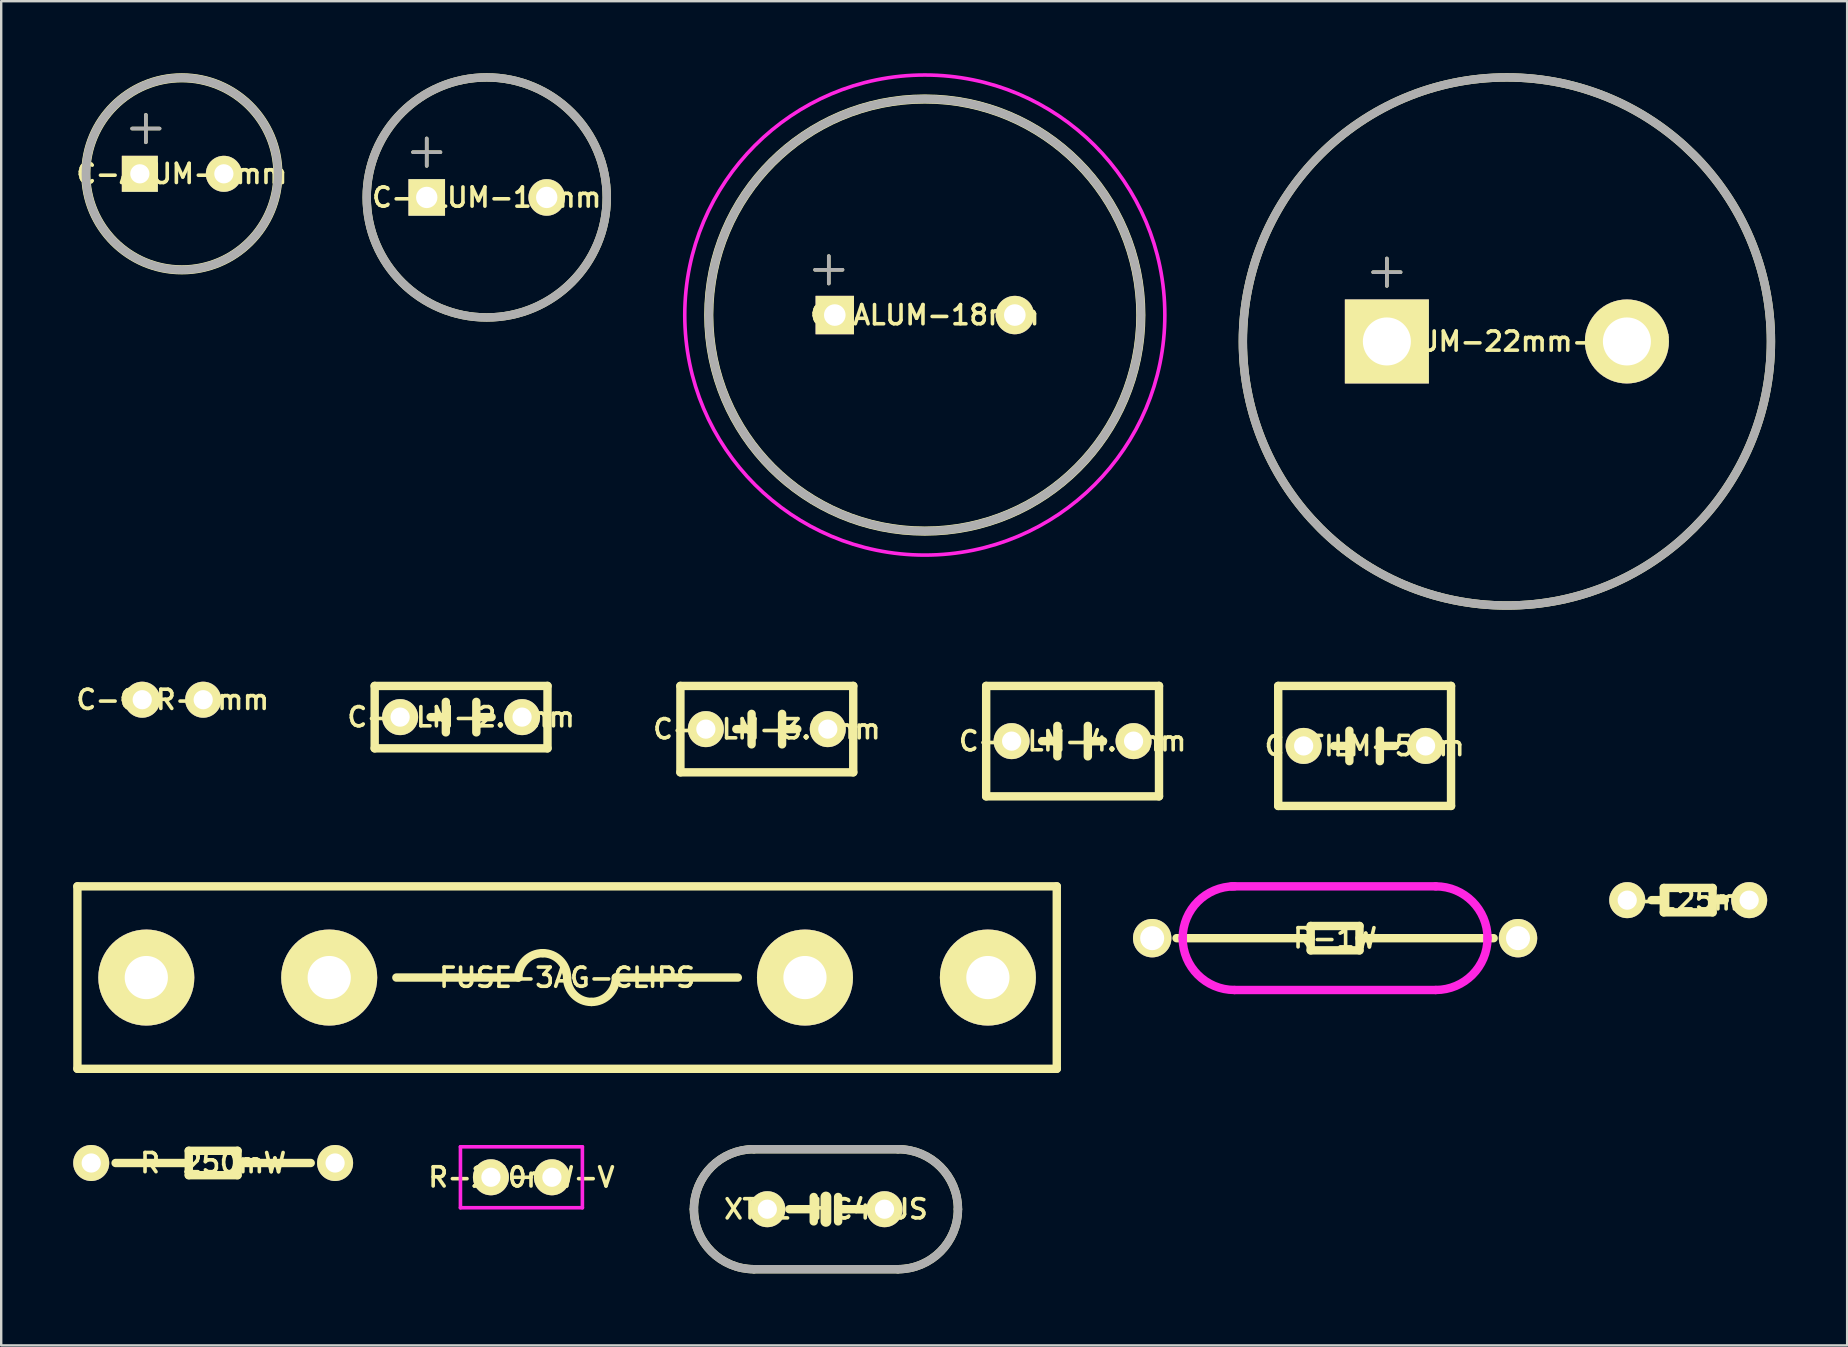
<source format=kicad_pcb>
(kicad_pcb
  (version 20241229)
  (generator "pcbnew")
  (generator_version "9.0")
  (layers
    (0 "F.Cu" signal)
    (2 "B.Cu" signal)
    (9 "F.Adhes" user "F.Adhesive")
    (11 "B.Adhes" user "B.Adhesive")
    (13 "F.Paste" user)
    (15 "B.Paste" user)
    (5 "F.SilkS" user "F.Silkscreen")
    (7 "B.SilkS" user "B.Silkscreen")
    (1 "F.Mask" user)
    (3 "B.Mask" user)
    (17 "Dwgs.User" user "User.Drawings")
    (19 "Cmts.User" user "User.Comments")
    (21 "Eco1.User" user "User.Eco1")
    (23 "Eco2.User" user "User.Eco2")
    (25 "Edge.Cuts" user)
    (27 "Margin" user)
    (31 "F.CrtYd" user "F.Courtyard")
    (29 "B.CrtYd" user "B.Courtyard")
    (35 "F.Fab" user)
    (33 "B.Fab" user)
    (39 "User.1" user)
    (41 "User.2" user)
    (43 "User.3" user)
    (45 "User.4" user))
  (footprint "C-FILM-4.5mm"
    (layer "F.Cu")
    (at 41.634 27.825)
    (property "Reference" "C-FILM-4.5mm" (at 0 0 0) (layer "F.SilkS") (effects (font (size 0.8 0.8) (thickness 0.15))))
    (attr through_hole)
    (fp_line (start -3.6 -2.3) (end 3.6 -2.3) (stroke (width 0.35) (type solid)) (layer "F.SilkS"))
    (fp_line (start -3.6 2.3) (end -3.6 -2.3) (stroke (width 0.35) (type solid)) (layer "F.SilkS"))
    (fp_line (start -1.27 0) (end -0.635 0) (stroke (width 0.35) (type solid)) (layer "F.SilkS"))
    (fp_line (start -0.635 -0.635) (end -0.635 0.635) (stroke (width 0.35) (type solid)) (layer "F.SilkS"))
    (fp_line (start 0.635 -0.635) (end 0.635 0.635) (stroke (width 0.35) (type solid)) (layer "F.SilkS"))
    (fp_line (start 0.635 0) (end 1.27 0) (stroke (width 0.35) (type solid)) (layer "F.SilkS"))
    (fp_line (start 3.6 -2.3) (end 3.6 2.3) (stroke (width 0.35) (type solid)) (layer "F.SilkS"))
    (fp_line (start 3.6 2.3) (end -3.6 2.3) (stroke (width 0.35) (type solid)) (layer "F.SilkS"))
    (pad "1" thru_hole circle (at -2.54 0) (size 1.5 1.5) (drill 0.8) (layers "*.Cu" "*.Mask" "F.SilkS"))
    (pad "2" thru_hole circle (at 2.54 0) (size 1.5 1.5) (drill 0.8) (layers "*.Cu" "*.Mask" "F.SilkS")))
  (footprint "C-ALUM-18mm"
    (layer "F.Cu")
    (at 35.477 10.075)
    (property "Reference" "C-ALUM-18mm" (at 0 0 0) (layer "F.SilkS") (effects (font (size 0.8 0.8) (thickness 0.15))))
    (attr through_hole)
    (fp_circle (center 0 0) (end 9 0) (stroke (width 0.381) (type solid)) (fill no) (layer "F.SilkS"))
    (fp_circle (center 0 0) (end 10 0) (stroke (width 0.15) (type solid)) (fill no) (layer "F.CrtYd"))
    (fp_circle (center 0 0) (end 9 0) (stroke (width 0.35) (type solid)) (fill no) (layer "F.Fab"))
    (fp_text user "+" (at -4 -2 0) (layer "F.SilkS") (effects (font (size 1.5 1.5) (thickness 0.15))))
    (fp_text user "+" (at -4 -2 0) (layer "F.Fab") (effects (font (size 1.5 1.5) (thickness 0.15))))
    (pad "1" thru_hole rect (at -3.75 0) (size 1.6 1.6) (drill 0.9) (layers "*.Cu" "*.Mask" "F.SilkS"))
    (pad "2" thru_hole circle (at 3.75 0) (size 1.6 1.6) (drill 0.9) (layers "*.Cu" "*.Mask" "F.SilkS")))
  (footprint "C-FILM-3.5mm"
    (layer "F.Cu")
    (at 28.896 27.325)
    (property "Reference" "C-FILM-3.5mm" (at 0 0 0) (layer "F.SilkS") (effects (font (size 0.8 0.8) (thickness 0.15))))
    (attr through_hole)
    (fp_line (start -3.6 -1.8) (end 3.6 -1.8) (stroke (width 0.35) (type solid)) (layer "F.SilkS"))
    (fp_line (start -3.6 1.8) (end -3.6 -1.8) (stroke (width 0.35) (type solid)) (layer "F.SilkS"))
    (fp_line (start -1.27 0) (end -0.635 0) (stroke (width 0.35) (type solid)) (layer "F.SilkS"))
    (fp_line (start -0.635 -0.635) (end -0.635 0.635) (stroke (width 0.35) (type solid)) (layer "F.SilkS"))
    (fp_line (start 0.635 -0.635) (end 0.635 0.635) (stroke (width 0.35) (type solid)) (layer "F.SilkS"))
    (fp_line (start 0.635 0) (end 1.27 0) (stroke (width 0.35) (type solid)) (layer "F.SilkS"))
    (fp_line (start 3.6 -1.8) (end 3.6 1.8) (stroke (width 0.35) (type solid)) (layer "F.SilkS"))
    (fp_line (start 3.6 1.8) (end -3.6 1.8) (stroke (width 0.35) (type solid)) (layer "F.SilkS"))
    (pad "1" thru_hole circle (at -2.54 0) (size 1.5 1.5) (drill 0.8) (layers "*.Cu" "*.Mask" "F.SilkS"))
    (pad "2" thru_hole circle (at 2.54 0) (size 1.5 1.5) (drill 0.8) (layers "*.Cu" "*.Mask" "F.SilkS")))
  (footprint "R-1W"
    (layer "F.Cu")
    (at 52.57 36.034)
    (property "Reference" "R-1W" (at 0 0 0) (layer "F.SilkS") (effects (font (size 0.8 0.8) (thickness 0.15))))
    (attr through_hole)
    (fp_line (start -1.016 -0.508) (end -1.016 0.508) (stroke (width 0.35) (type solid)) (layer "F.SilkS"))
    (fp_line (start -1.016 0) (end -6.604 0) (stroke (width 0.35) (type solid)) (layer "F.SilkS"))
    (fp_line (start -1.016 0.508) (end 1.016 0.508) (stroke (width 0.35) (type solid)) (layer "F.SilkS"))
    (fp_line (start 1.016 -0.508) (end -1.016 -0.508) (stroke (width 0.35) (type solid)) (layer "F.SilkS"))
    (fp_line (start 1.016 0) (end 6.604 0) (stroke (width 0.35) (type solid)) (layer "F.SilkS"))
    (fp_line (start 1.016 0.508) (end 1.016 -0.508) (stroke (width 0.35) (type solid)) (layer "F.SilkS"))
    (fp_line (start -4.191 2.159) (end 4.191 2.159) (stroke (width 0.35) (type solid)) (layer "F.CrtYd"))
    (fp_line (start 4.191 -2.159) (end -4.318 -2.159) (stroke (width 0.35) (type solid)) (layer "F.CrtYd"))
    (fp_arc (start -6.35 0) (mid -5.717644 -1.526644) (end -4.191 -2.159) (stroke (width 0.35) (type solid)) (layer "F.CrtYd"))
    (fp_arc (start -4.191 2.159) (mid -5.717644 1.526644) (end -6.35 0) (stroke (width 0.35) (type solid)) (layer "F.CrtYd"))
    (fp_arc (start 4.191 -2.159) (mid 5.717644 -1.526644) (end 6.35 0) (stroke (width 0.35) (type solid)) (layer "F.CrtYd"))
    (fp_arc (start 6.35 0) (mid 5.717644 1.526644) (end 4.191 2.159) (stroke (width 0.35) (type solid)) (layer "F.CrtYd"))
    (pad "1" thru_hole circle (at -7.62 0) (size 1.6 1.6) (drill 1) (layers "*.Cu" "*.Mask" "F.SilkS"))
    (pad "2" thru_hole circle (at 7.62 0) (size 1.6 1.6) (drill 1) (layers "*.Cu" "*.Mask" "F.SilkS")))
  (footprint "R-250mW-V"
    (layer "F.Cu")
    (at 18.672 45.995)
    (property "Reference" "R-250mW-V" (at 0 0 0) (layer "F.SilkS") (effects (font (size 0.8 0.8) (thickness 0.15))))
    (attr through_hole)
    (fp_line (start -0.4 0) (end 0.4 0) (stroke (width 0.15) (type solid)) (layer "F.SilkS"))
    (fp_line (start -2.54 -1.27) (end -2.54 1.27) (stroke (width 0.15) (type solid)) (layer "F.CrtYd"))
    (fp_line (start -2.54 1.27) (end 2.54 1.27) (stroke (width 0.15) (type solid)) (layer "F.CrtYd"))
    (fp_line (start 2.54 -1.27) (end -2.54 -1.27) (stroke (width 0.15) (type solid)) (layer "F.CrtYd"))
    (fp_line (start 2.54 1.27) (end 2.54 -1.27) (stroke (width 0.15) (type solid)) (layer "F.CrtYd"))
    (pad "1" thru_hole circle (at -1.27 0) (size 1.5 1.5) (drill 0.8) (layers "*.Cu" "*.Mask" "F.SilkS"))
    (pad "2" thru_hole circle (at 1.27 0) (size 1.5 1.5) (drill 0.8) (layers "*.Cu" "*.Mask" "F.SilkS")))
  (footprint "R-250mW"
    (layer "F.Cu")
    (at 5.83 45.4)
    (property "Reference" "R-250mW" (at 0 0 0) (layer "F.SilkS") (effects (font (size 0.8 0.8) (thickness 0.15))))
    (attr through_hole)
    (fp_line (start -1.016 -0.508) (end -1.016 0.508) (stroke (width 0.35) (type solid)) (layer "F.SilkS"))
    (fp_line (start -1.016 0) (end -4.064 0) (stroke (width 0.35) (type solid)) (layer "F.SilkS"))
    (fp_line (start -1.016 0.508) (end 1.016 0.508) (stroke (width 0.35) (type solid)) (layer "F.SilkS"))
    (fp_line (start 1.016 -0.508) (end -1.016 -0.508) (stroke (width 0.35) (type solid)) (layer "F.SilkS"))
    (fp_line (start 1.016 0) (end 4.064 0) (stroke (width 0.35) (type solid)) (layer "F.SilkS"))
    (fp_line (start 1.016 0.508) (end 1.016 -0.508) (stroke (width 0.35) (type solid)) (layer "F.SilkS"))
    (pad "1" thru_hole circle (at -5.08 0) (size 1.5 1.5) (drill 0.8) (layers "*.Cu" "*.Mask" "F.SilkS"))
    (pad "2" thru_hole circle (at 5.08 0) (size 1.5 1.5) (drill 0.8) (layers "*.Cu" "*.Mask" "F.SilkS")))
  (footprint "XTAL-HC49US"
    (layer "F.Cu")
    (at 31.358 47.325)
    (property "Reference" "XTAL-HC49US" (at 0 0 0) (layer "F.SilkS") (effects (font (size 0.8 0.8) (thickness 0.15))))
    (attr through_hole)
    (fp_line (start -3 2.499) (end 3 2.499) (stroke (width 0.35) (type solid)) (layer "F.SilkS"))
    (fp_line (start -0.508 -0.508) (end -0.508 0.508) (stroke (width 0.35) (type solid)) (layer "F.SilkS"))
    (fp_line (start -0.508 0) (end -1.524 0) (stroke (width 0.35) (type solid)) (layer "F.SilkS"))
    (fp_line (start 0 -0.508) (end 0 0.508) (stroke (width 0.45) (type solid)) (layer "F.SilkS"))
    (fp_line (start 0.508 -0.508) (end 0.508 0.508) (stroke (width 0.35) (type solid)) (layer "F.SilkS"))
    (fp_line (start 0.508 0) (end 1.524 0) (stroke (width 0.35) (type solid)) (layer "F.SilkS"))
    (fp_line (start 3 -2.499) (end -3 -2.499) (stroke (width 0.35) (type solid)) (layer "F.SilkS"))
    (fp_arc (start -5.4991 0) (mid -4.767054 -1.767314) (end -2.99974 -2.49936) (stroke (width 0.35) (type solid)) (layer "F.SilkS"))
    (fp_arc (start -2.99974 2.49936) (mid -4.767054 1.767314) (end -5.4991 0) (stroke (width 0.35) (type solid)) (layer "F.SilkS"))
    (fp_arc (start 2.99974 -2.49936) (mid 4.767054 -1.767314) (end 5.4991 0) (stroke (width 0.35) (type solid)) (layer "F.SilkS"))
    (fp_arc (start 5.4991 0) (mid 4.767054 1.767314) (end 2.99974 2.49936) (stroke (width 0.35) (type solid)) (layer "F.SilkS"))
    (fp_line (start -3 2.5) (end 3 2.5) (stroke (width 0.35) (type solid)) (layer "F.Fab"))
    (fp_line (start 3 -2.5) (end -3 -2.5) (stroke (width 0.35) (type solid)) (layer "F.Fab"))
    (fp_arc (start -5.5 0) (mid -4.767767 -1.767767) (end -3 -2.5) (stroke (width 0.35) (type solid)) (layer "F.Fab"))
    (fp_arc (start -3 2.5) (mid -4.767767 1.767767) (end -5.5 0) (stroke (width 0.35) (type solid)) (layer "F.Fab"))
    (fp_arc (start 3 -2.5) (mid 4.767767 -1.767767) (end 5.5 0) (stroke (width 0.35) (type solid)) (layer "F.Fab"))
    (fp_arc (start 5.5 0) (mid 4.767767 1.767767) (end 3 2.5) (stroke (width 0.35) (type solid)) (layer "F.Fab"))
    (pad "1" thru_hole circle (at -2.441 0) (size 1.5 1.5) (drill 0.8) (layers "*.Cu" "*.Mask" "F.SilkS"))
    (pad "2" thru_hole circle (at 2.441 0) (size 1.5 1.5) (drill 0.8) (layers "*.Cu" "*.Mask" "F.SilkS")))
  (footprint "C-FILM-2.5mm"
    (layer "F.Cu")
    (at 16.159 26.825)
    (property "Reference" "C-FILM-2.5mm" (at 0 0 0) (layer "F.SilkS") (effects (font (size 0.8 0.8) (thickness 0.15))))
    (attr through_hole)
    (fp_line (start -3.6 -1.3) (end 3.6 -1.3) (stroke (width 0.35) (type solid)) (layer "F.SilkS"))
    (fp_line (start -3.6 1.3) (end -3.6 -1.3) (stroke (width 0.35) (type solid)) (layer "F.SilkS"))
    (fp_line (start -1.27 0) (end -0.635 0) (stroke (width 0.35) (type solid)) (layer "F.SilkS"))
    (fp_line (start -0.635 -0.635) (end -0.635 0.635) (stroke (width 0.35) (type solid)) (layer "F.SilkS"))
    (fp_line (start 0.635 -0.635) (end 0.635 0.635) (stroke (width 0.35) (type solid)) (layer "F.SilkS"))
    (fp_line (start 0.635 0) (end 1.27 0) (stroke (width 0.35) (type solid)) (layer "F.SilkS"))
    (fp_line (start 3.6 -1.3) (end 3.6 1.3) (stroke (width 0.35) (type solid)) (layer "F.SilkS"))
    (fp_line (start 3.6 1.3) (end -3.6 1.3) (stroke (width 0.35) (type solid)) (layer "F.SilkS"))
    (pad "1" thru_hole circle (at -2.54 0) (size 1.5 1.5) (drill 0.8) (layers "*.Cu" "*.Mask" "F.SilkS"))
    (pad "2" thru_hole circle (at 2.54 0) (size 1.5 1.5) (drill 0.8) (layers "*.Cu" "*.Mask" "F.SilkS")))
  (footprint "C-FILM-5mm"
    (layer "F.Cu")
    (at 53.8 28.025)
    (property "Reference" "C-FILM-5mm" (at 0 0 0) (layer "F.SilkS") (effects (font (size 0.8 0.8) (thickness 0.15))))
    (attr through_hole)
    (fp_line (start -3.6 -2.5) (end 3.6 -2.5) (stroke (width 0.35) (type solid)) (layer "F.SilkS"))
    (fp_line (start -3.6 2.5) (end -3.6 -2.5) (stroke (width 0.35) (type solid)) (layer "F.SilkS"))
    (fp_line (start -1.27 0) (end -0.635 0) (stroke (width 0.35) (type solid)) (layer "F.SilkS"))
    (fp_line (start -0.635 -0.635) (end -0.635 0.635) (stroke (width 0.35) (type solid)) (layer "F.SilkS"))
    (fp_line (start 0.635 -0.635) (end 0.635 0.635) (stroke (width 0.35) (type solid)) (layer "F.SilkS"))
    (fp_line (start 0.635 0) (end 1.27 0) (stroke (width 0.35) (type solid)) (layer "F.SilkS"))
    (fp_line (start 3.6 -2.5) (end 3.6 2.5) (stroke (width 0.35) (type solid)) (layer "F.SilkS"))
    (fp_line (start 3.6 2.5) (end -3.6 2.5) (stroke (width 0.35) (type solid)) (layer "F.SilkS"))
    (pad "1" thru_hole circle (at -2.54 0) (size 1.5 1.5) (drill 0.8) (layers "*.Cu" "*.Mask" "F.SilkS"))
    (pad "2" thru_hole circle (at 2.54 0) (size 1.5 1.5) (drill 0.8) (layers "*.Cu" "*.Mask" "F.SilkS")))
  (footprint "R-125mW"
    (layer "F.Cu")
    (at 67.28 34.45)
    (property "Reference" "R-125mW" (at 0 0 0) (layer "F.SilkS") (effects (font (size 0.8 0.8) (thickness 0.15))))
    (attr through_hole)
    (fp_line (start -1.524 0) (end -1.016 0) (stroke (width 0.35) (type solid)) (layer "F.SilkS"))
    (fp_line (start -1.016 -0.508) (end -1.016 0.508) (stroke (width 0.35) (type solid)) (layer "F.SilkS"))
    (fp_line (start -1.016 0.508) (end 1.016 0.508) (stroke (width 0.35) (type solid)) (layer "F.SilkS"))
    (fp_line (start 1.016 -0.508) (end -1.016 -0.508) (stroke (width 0.35) (type solid)) (layer "F.SilkS"))
    (fp_line (start 1.016 0) (end 1.524 0) (stroke (width 0.35) (type solid)) (layer "F.SilkS"))
    (fp_line (start 1.016 0.508) (end 1.016 -0.508) (stroke (width 0.35) (type solid)) (layer "F.SilkS"))
    (pad "1" thru_hole circle (at -2.54 0) (size 1.5 1.5) (drill 0.8) (layers "*.Cu" "*.Mask" "F.SilkS"))
    (pad "2" thru_hole circle (at 2.54 0) (size 1.5 1.5) (drill 0.8) (layers "*.Cu" "*.Mask" "F.SilkS")))
  (footprint "C-ALUM-8mm"
    (layer "F.Cu")
    (at 4.526 4.191)
    (property "Reference" "C-ALUM-8mm" (at 0 0 0) (layer "F.SilkS") (effects (font (size 0.8 0.8) (thickness 0.15))))
    (attr through_hole)
    (fp_circle (center 0 0) (end 4 0) (stroke (width 0.381) (type solid)) (fill no) (layer "F.SilkS"))
    (fp_circle (center 0 0) (end 4 0) (stroke (width 0.35) (type solid)) (fill no) (layer "F.Fab"))
    (fp_text user "+" (at -1.5 -2 0) (layer "F.SilkS") (effects (font (size 1.5 1.5) (thickness 0.15))))
    (fp_text user "+" (at -1.5 -2 0) (layer "F.Fab") (effects (font (size 1.5 1.5) (thickness 0.15))))
    (pad "1" thru_hole rect (at -1.75 0) (size 1.5 1.5) (drill 0.8) (layers "*.Cu" "*.Mask" "F.SilkS"))
    (pad "2" thru_hole circle (at 1.75 0) (size 1.5 1.5) (drill 0.8) (layers "*.Cu" "*.Mask" "F.SilkS")))
  (footprint "C-CER-3mm"
    (layer "F.Cu")
    (at 4.145 26.1)
    (property "Reference" "C-CER-3mm" (at 0 0 0) (layer "F.SilkS") (effects (font (size 0.8 0.8) (thickness 0.15))))
    (attr through_hole)
    (pad "1" thru_hole circle (at -1.27 0) (size 1.5 1.5) (drill 0.8) (layers "*.Cu" "*.Mask" "F.SilkS"))
    (pad "2" thru_hole circle (at 1.27 0) (size 1.5 1.5) (drill 0.8) (layers "*.Cu" "*.Mask" "F.SilkS")))
  (footprint "C-ALUM-22mm-SNAP"
    (layer "F.Cu")
    (at 59.727 11.175)
    (property "Reference" "C-ALUM-22mm-SNAP" (at 0 0 0) (layer "F.SilkS") (effects (font (size 0.8 0.8) (thickness 0.15))))
    (attr through_hole)
    (fp_circle (center 0 0) (end 11 0) (stroke (width 0.35) (type solid)) (fill no) (layer "F.SilkS"))
    (fp_circle (center 0 0) (end 11 0) (stroke (width 0.35) (type solid)) (fill no) (layer "F.Fab"))
    (fp_text user "+" (at -5 -3 0) (layer "F.SilkS") (effects (font (size 1.5 1.5) (thickness 0.15))))
    (fp_text user "+" (at -5 -3 0) (layer "F.Fab") (effects (font (size 1.5 1.5) (thickness 0.15))))
    (pad "1" thru_hole rect (at -5 0) (size 3.5 3.5) (drill 2) (layers "*.Cu" "*.Mask" "F.SilkS"))
    (pad "2" thru_hole circle (at 5 0) (size 3.5 3.5) (drill 2) (layers "*.Cu" "*.Mask" "F.SilkS")))
  (footprint "FUSE-3AG-CLIPS"
    (layer "F.Cu")
    (at 20.575 37.675)
    (property "Reference" "FUSE-3AG-CLIPS" (at 0 0 0) (layer "F.SilkS") (effects (font (size 0.8 0.8) (thickness 0.15))))
    (attr through_hole)
    (fp_line (start -20.4 -3.8) (end 20.4 -3.8) (stroke (width 0.35) (type solid)) (layer "F.SilkS"))
    (fp_line (start -20.4 3.8) (end -20.4 -3.8) (stroke (width 0.35) (type solid)) (layer "F.SilkS"))
    (fp_line (start -2.032 0) (end -7.112 0) (stroke (width 0.35) (type solid)) (layer "F.SilkS"))
    (fp_line (start 2.032 0) (end 7.112 0) (stroke (width 0.35) (type solid)) (layer "F.SilkS"))
    (fp_line (start 20.4 -3.8) (end 20.4 3.8) (stroke (width 0.35) (type solid)) (layer "F.SilkS"))
    (fp_line (start 20.4 3.8) (end -20.4 3.8) (stroke (width 0.35) (type solid)) (layer "F.SilkS"))
    (fp_arc (start -2.032 0) (mid -1.73442 -0.71842) (end -1.016 -1.016) (stroke (width 0.35) (type solid)) (layer "F.SilkS"))
    (fp_arc (start -1.016 -1.016) (mid -0.29758 -0.71842) (end 0 0) (stroke (width 0.35) (type solid)) (layer "F.SilkS"))
    (fp_arc (start 1.016 1.016) (mid 0.29758 0.71842) (end 0 0) (stroke (width 0.35) (type solid)) (layer "F.SilkS"))
    (fp_arc (start 2.032 0) (mid 1.73442 0.71842) (end 1.016 1.016) (stroke (width 0.35) (type solid)) (layer "F.SilkS"))
    (pad "1" thru_hole circle (at -17.53 0) (size 4 4) (drill 1.8) (layers "*.Cu" "*.Mask" "F.SilkS"))
    (pad "1" thru_hole circle (at -9.91 0) (size 4 4) (drill 1.8) (layers "*.Cu" "*.Mask" "F.SilkS"))
    (pad "2" thru_hole circle (at 9.91 0) (size 4 4) (drill 1.8) (layers "*.Cu" "*.Mask" "F.SilkS"))
    (pad "2" thru_hole circle (at 17.53 0) (size 4 4) (drill 1.8) (layers "*.Cu" "*.Mask" "F.SilkS")))
  (footprint "C-ALUM-10mm"
    (layer "F.Cu")
    (at 17.227 5.175)
    (property "Reference" "C-ALUM-10mm" (at 0 0 0) (layer "F.SilkS") (effects (font (size 0.8 0.8) (thickness 0.15))))
    (attr through_hole)
    (fp_circle (center 0 0) (end 5 0) (stroke (width 0.35) (type solid)) (fill no) (layer "F.SilkS"))
    (fp_circle (center 0 0) (end 5 0) (stroke (width 0.35) (type solid)) (fill no) (layer "F.Fab"))
    (fp_text user "+" (at -2.5 -2 0) (layer "F.SilkS") (effects (font (size 1.5 1.5) (thickness 0.15))))
    (fp_text user "+" (at -2.5 -2 0) (layer "F.Fab") (effects (font (size 1.5 1.5) (thickness 0.15))))
    (pad "1" thru_hole rect (at -2.499 0) (size 1.524 1.524) (drill 0.889) (layers "*.Cu" "*.Mask" "F.SilkS"))
    (pad "2" thru_hole circle (at 2.499 0) (size 1.524 1.524) (drill 0.889) (layers "*.Cu" "*.Mask" "F.SilkS")))
  (gr_rect
    (start -3 -3)
    (end 73.902 53)
    (stroke (width 0.1) (type default))
    (fill no)
    (layer "Edge.Cuts")))
</source>
